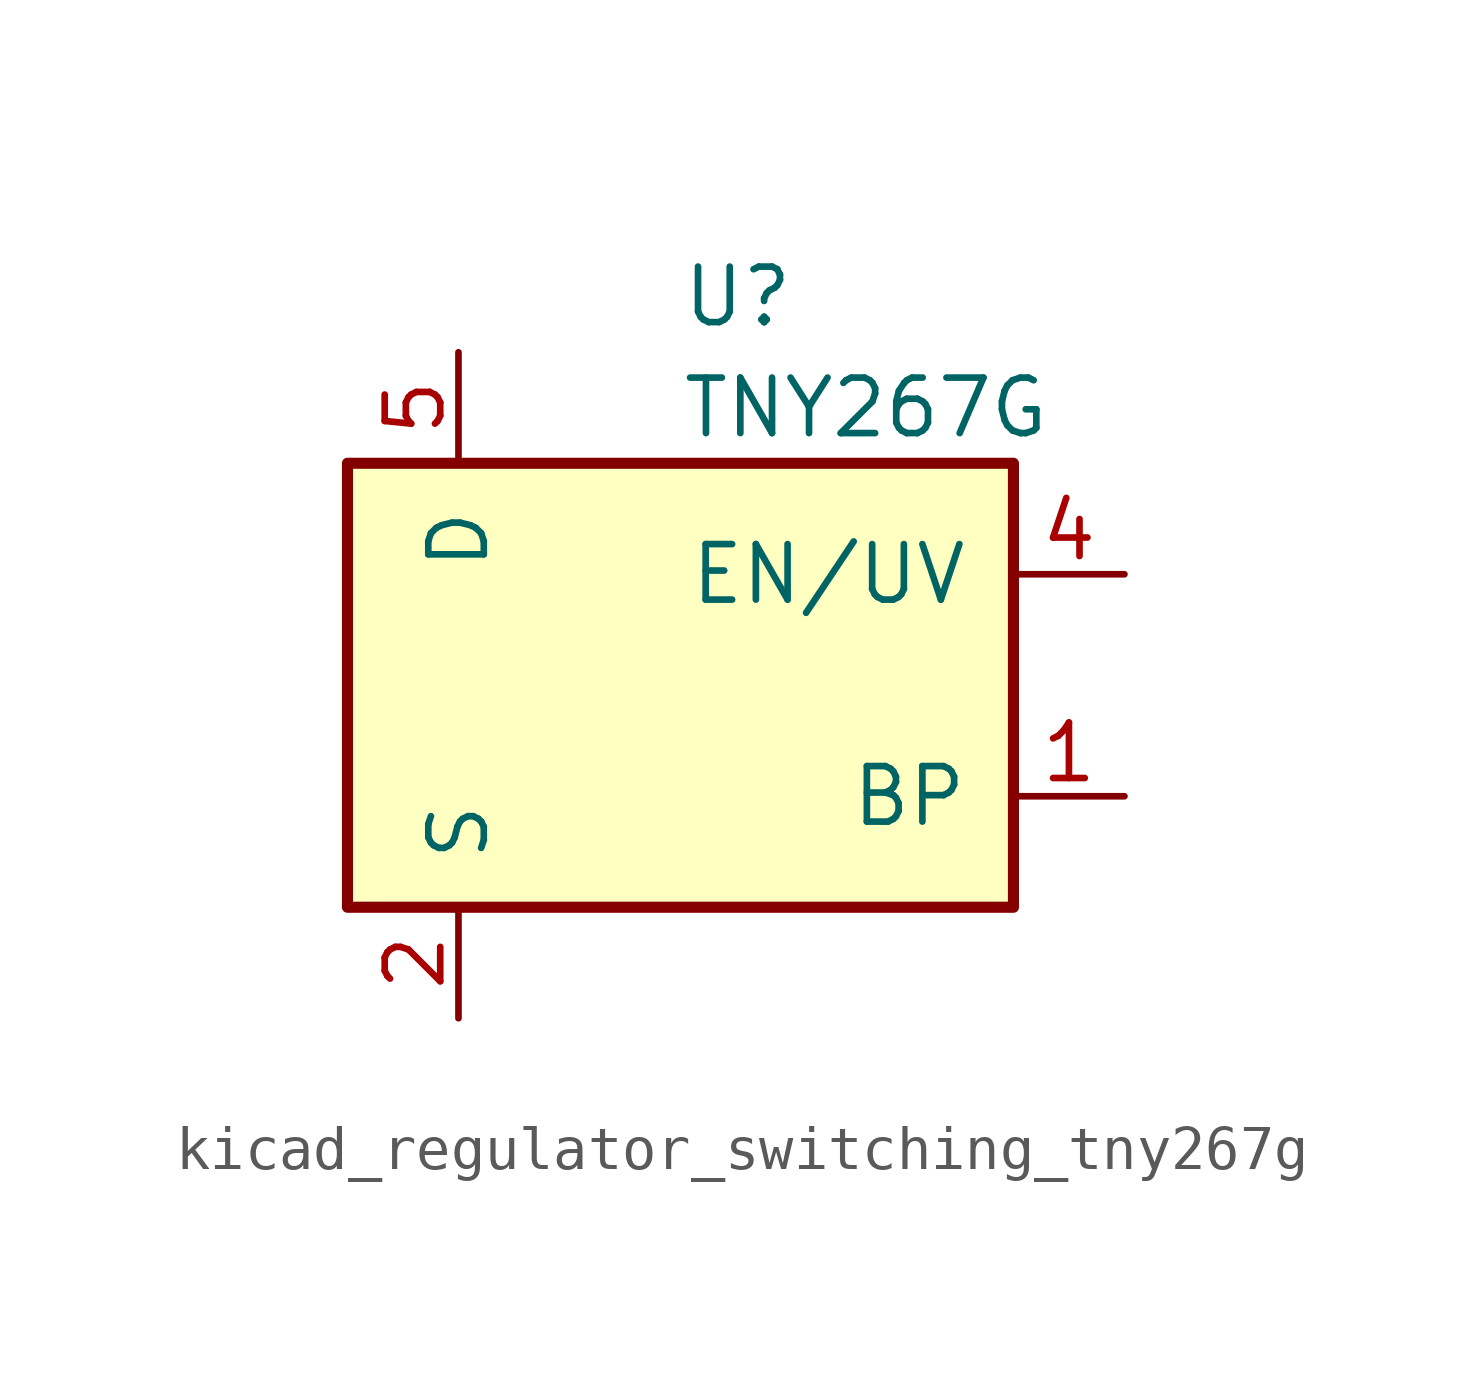
<source format=kicad_sym>
(kicad_symbol_lib
  (version 20220914)
  (generator kicad_symbol_editor)
  (symbol "kicad_regulator_switching_tny267g"
    (pin_names
      (offset 1.016))
    (property "Reference" "U"
      (at 0 8.89 0)
      (effects (font (size 1.27 1.27)) (justify left)))
    (property "Value" "TNY267G"
      (at 0 6.35 0)
      (effects (font (size 1.27 1.27)) (justify left)))
    (symbol "kicad_regulator_switching_tny267g_0_1"
      (rectangle (start -7.62 5.08) (end 7.62 -5.08) (stroke (width 0.254) (type default)) (fill (type background))))
    (symbol "kicad_regulator_switching_tny267g_1_1"
      (pin input line (at 10.16 -2.54 180) (length 2.54) (name "BP" (effects (font (size 1.27 1.27)))) (number "1" (effects (font (size 1.27 1.27)))))
      (pin power_in line (at -5.08 -7.62 90) (length 2.54) (name "S" (effects (font (size 1.27 1.27)))) (number "2" (effects (font (size 1.27 1.27)))))
      (pin passive line (at -5.08 -7.62 90) (length 2.54) hide (name "S" (effects (font (size 1.27 1.27)))) (number "3" (effects (font (size 1.27 1.27)))))
      (pin input line (at 10.16 2.54 180) (length 2.54) (name "EN/UV" (effects (font (size 1.27 1.27)))) (number "4" (effects (font (size 1.27 1.27)))))
      (pin open_collector line (at -5.08 7.62 270) (length 2.54) (name "D" (effects (font (size 1.27 1.27)))) (number "5" (effects (font (size 1.27 1.27)))))
      (pin passive line (at -5.08 -7.62 90) (length 2.54) hide (name "S" (effects (font (size 1.27 1.27)))) (number "7" (effects (font (size 1.27 1.27)))))
      (pin passive line (at -5.08 -7.62 90) (length 2.54) hide (name "S" (effects (font (size 1.27 1.27)))) (number "8" (effects (font (size 1.27 1.27))))))))
</source>
